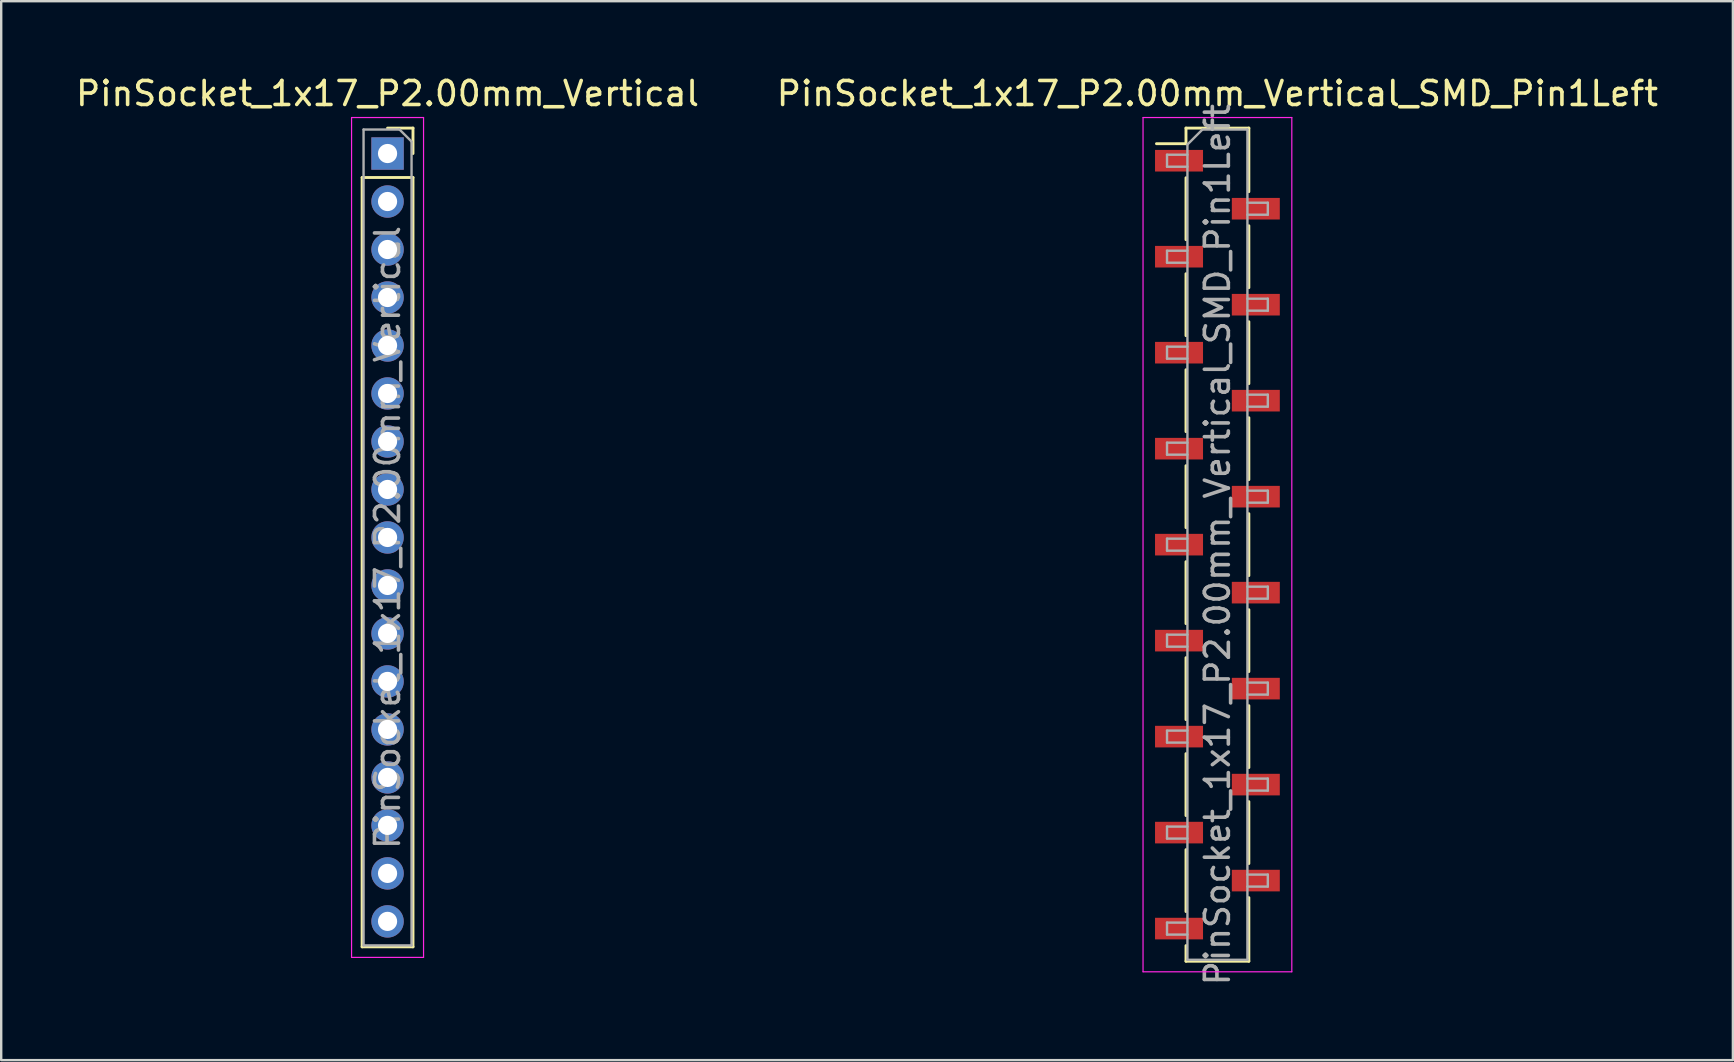
<source format=kicad_pcb>
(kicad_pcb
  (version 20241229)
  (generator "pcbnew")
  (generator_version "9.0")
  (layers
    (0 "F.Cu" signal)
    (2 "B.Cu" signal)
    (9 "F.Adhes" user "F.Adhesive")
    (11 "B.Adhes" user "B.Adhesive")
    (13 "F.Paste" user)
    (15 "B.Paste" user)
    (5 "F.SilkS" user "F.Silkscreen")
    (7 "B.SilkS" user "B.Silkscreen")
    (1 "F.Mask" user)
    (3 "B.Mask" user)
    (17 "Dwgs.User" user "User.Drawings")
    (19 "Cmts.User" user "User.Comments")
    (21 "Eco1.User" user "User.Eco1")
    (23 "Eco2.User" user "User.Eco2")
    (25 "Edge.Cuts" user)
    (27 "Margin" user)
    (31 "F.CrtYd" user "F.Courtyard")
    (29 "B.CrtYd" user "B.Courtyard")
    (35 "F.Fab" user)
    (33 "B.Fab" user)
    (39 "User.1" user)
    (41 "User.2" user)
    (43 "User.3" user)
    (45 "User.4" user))
  (footprint "PinSocket_1x17_P2.00mm_Vertical_SMD_Pin1Left"
    (layer "F.Cu")
    (at 47.685 19.648)
    (property "Reference" "PinSocket_1x17_P2.00mm_Vertical_SMD_Pin1Left" (at 0 -18.8 0) (layer "F.SilkS") (effects (font (size 1 1) (thickness 0.15))))
    (attr smd)
    (fp_line (start -2.54 -16.71) (end -1.31 -16.71) (stroke (width 0.12) (type solid)) (layer "F.SilkS"))
    (fp_line (start -1.31 -17.36) (end -1.31 -16.71) (stroke (width 0.12) (type solid)) (layer "F.SilkS"))
    (fp_line (start -1.31 -17.36) (end 1.31 -17.36) (stroke (width 0.12) (type solid)) (layer "F.SilkS"))
    (fp_line (start -1.31 -15.29) (end -1.31 -12.71) (stroke (width 0.12) (type solid)) (layer "F.SilkS"))
    (fp_line (start -1.31 -11.29) (end -1.31 -8.71) (stroke (width 0.12) (type solid)) (layer "F.SilkS"))
    (fp_line (start -1.31 -7.29) (end -1.31 -4.71) (stroke (width 0.12) (type solid)) (layer "F.SilkS"))
    (fp_line (start -1.31 -3.29) (end -1.31 -0.71) (stroke (width 0.12) (type solid)) (layer "F.SilkS"))
    (fp_line (start -1.31 0.71) (end -1.31 3.29) (stroke (width 0.12) (type solid)) (layer "F.SilkS"))
    (fp_line (start -1.31 4.71) (end -1.31 7.29) (stroke (width 0.12) (type solid)) (layer "F.SilkS"))
    (fp_line (start -1.31 8.71) (end -1.31 11.29) (stroke (width 0.12) (type solid)) (layer "F.SilkS"))
    (fp_line (start -1.31 12.71) (end -1.31 15.29) (stroke (width 0.12) (type solid)) (layer "F.SilkS"))
    (fp_line (start -1.31 16.71) (end -1.31 17.36) (stroke (width 0.12) (type solid)) (layer "F.SilkS"))
    (fp_line (start -1.31 17.36) (end 1.31 17.36) (stroke (width 0.12) (type solid)) (layer "F.SilkS"))
    (fp_line (start 1.31 -17.36) (end 1.31 -14.71) (stroke (width 0.12) (type solid)) (layer "F.SilkS"))
    (fp_line (start 1.31 -13.29) (end 1.31 -10.71) (stroke (width 0.12) (type solid)) (layer "F.SilkS"))
    (fp_line (start 1.31 -9.29) (end 1.31 -6.71) (stroke (width 0.12) (type solid)) (layer "F.SilkS"))
    (fp_line (start 1.31 -5.29) (end 1.31 -2.71) (stroke (width 0.12) (type solid)) (layer "F.SilkS"))
    (fp_line (start 1.31 -1.29) (end 1.31 1.29) (stroke (width 0.12) (type solid)) (layer "F.SilkS"))
    (fp_line (start 1.31 2.71) (end 1.31 5.29) (stroke (width 0.12) (type solid)) (layer "F.SilkS"))
    (fp_line (start 1.31 6.71) (end 1.31 9.29) (stroke (width 0.12) (type solid)) (layer "F.SilkS"))
    (fp_line (start 1.31 10.71) (end 1.31 13.29) (stroke (width 0.12) (type solid)) (layer "F.SilkS"))
    (fp_line (start 1.31 14.71) (end 1.31 17.36) (stroke (width 0.12) (type solid)) (layer "F.SilkS"))
    (fp_line (start -3.1 -17.8) (end 3.1 -17.8) (stroke (width 0.05) (type solid)) (layer "F.CrtYd"))
    (fp_line (start -3.1 17.8) (end -3.1 -17.8) (stroke (width 0.05) (type solid)) (layer "F.CrtYd"))
    (fp_line (start 3.1 -17.8) (end 3.1 17.8) (stroke (width 0.05) (type solid)) (layer "F.CrtYd"))
    (fp_line (start 3.1 17.8) (end -3.1 17.8) (stroke (width 0.05) (type solid)) (layer "F.CrtYd"))
    (fp_line (start -2.1 -16.25) (end -1.25 -16.25) (stroke (width 0.1) (type solid)) (layer "F.Fab"))
    (fp_line (start -2.1 -15.75) (end -2.1 -16.25) (stroke (width 0.1) (type solid)) (layer "F.Fab"))
    (fp_line (start -2.1 -12.25) (end -1.25 -12.25) (stroke (width 0.1) (type solid)) (layer "F.Fab"))
    (fp_line (start -2.1 -11.75) (end -2.1 -12.25) (stroke (width 0.1) (type solid)) (layer "F.Fab"))
    (fp_line (start -2.1 -8.25) (end -1.25 -8.25) (stroke (width 0.1) (type solid)) (layer "F.Fab"))
    (fp_line (start -2.1 -7.75) (end -2.1 -8.25) (stroke (width 0.1) (type solid)) (layer "F.Fab"))
    (fp_line (start -2.1 -4.25) (end -1.25 -4.25) (stroke (width 0.1) (type solid)) (layer "F.Fab"))
    (fp_line (start -2.1 -3.75) (end -2.1 -4.25) (stroke (width 0.1) (type solid)) (layer "F.Fab"))
    (fp_line (start -2.1 -0.25) (end -1.25 -0.25) (stroke (width 0.1) (type solid)) (layer "F.Fab"))
    (fp_line (start -2.1 0.25) (end -2.1 -0.25) (stroke (width 0.1) (type solid)) (layer "F.Fab"))
    (fp_line (start -2.1 3.75) (end -1.25 3.75) (stroke (width 0.1) (type solid)) (layer "F.Fab"))
    (fp_line (start -2.1 4.25) (end -2.1 3.75) (stroke (width 0.1) (type solid)) (layer "F.Fab"))
    (fp_line (start -2.1 7.75) (end -1.25 7.75) (stroke (width 0.1) (type solid)) (layer "F.Fab"))
    (fp_line (start -2.1 8.25) (end -2.1 7.75) (stroke (width 0.1) (type solid)) (layer "F.Fab"))
    (fp_line (start -2.1 11.75) (end -1.25 11.75) (stroke (width 0.1) (type solid)) (layer "F.Fab"))
    (fp_line (start -2.1 12.25) (end -2.1 11.75) (stroke (width 0.1) (type solid)) (layer "F.Fab"))
    (fp_line (start -2.1 15.75) (end -1.25 15.75) (stroke (width 0.1) (type solid)) (layer "F.Fab"))
    (fp_line (start -2.1 16.25) (end -2.1 15.75) (stroke (width 0.1) (type solid)) (layer "F.Fab"))
    (fp_line (start -1.25 -16.675) (end -0.625 -17.3) (stroke (width 0.1) (type solid)) (layer "F.Fab"))
    (fp_line (start -1.25 -15.75) (end -2.1 -15.75) (stroke (width 0.1) (type solid)) (layer "F.Fab"))
    (fp_line (start -1.25 -11.75) (end -2.1 -11.75) (stroke (width 0.1) (type solid)) (layer "F.Fab"))
    (fp_line (start -1.25 -7.75) (end -2.1 -7.75) (stroke (width 0.1) (type solid)) (layer "F.Fab"))
    (fp_line (start -1.25 -3.75) (end -2.1 -3.75) (stroke (width 0.1) (type solid)) (layer "F.Fab"))
    (fp_line (start -1.25 0.25) (end -2.1 0.25) (stroke (width 0.1) (type solid)) (layer "F.Fab"))
    (fp_line (start -1.25 4.25) (end -2.1 4.25) (stroke (width 0.1) (type solid)) (layer "F.Fab"))
    (fp_line (start -1.25 8.25) (end -2.1 8.25) (stroke (width 0.1) (type solid)) (layer "F.Fab"))
    (fp_line (start -1.25 12.25) (end -2.1 12.25) (stroke (width 0.1) (type solid)) (layer "F.Fab"))
    (fp_line (start -1.25 16.25) (end -2.1 16.25) (stroke (width 0.1) (type solid)) (layer "F.Fab"))
    (fp_line (start -1.25 17.3) (end -1.25 -16.675) (stroke (width 0.1) (type solid)) (layer "F.Fab"))
    (fp_line (start -0.625 -17.3) (end 1.25 -17.3) (stroke (width 0.1) (type solid)) (layer "F.Fab"))
    (fp_line (start 1.25 -17.3) (end 1.25 17.3) (stroke (width 0.1) (type solid)) (layer "F.Fab"))
    (fp_line (start 1.25 -14.25) (end 2.1 -14.25) (stroke (width 0.1) (type solid)) (layer "F.Fab"))
    (fp_line (start 1.25 -10.25) (end 2.1 -10.25) (stroke (width 0.1) (type solid)) (layer "F.Fab"))
    (fp_line (start 1.25 -6.25) (end 2.1 -6.25) (stroke (width 0.1) (type solid)) (layer "F.Fab"))
    (fp_line (start 1.25 -2.25) (end 2.1 -2.25) (stroke (width 0.1) (type solid)) (layer "F.Fab"))
    (fp_line (start 1.25 1.75) (end 2.1 1.75) (stroke (width 0.1) (type solid)) (layer "F.Fab"))
    (fp_line (start 1.25 5.75) (end 2.1 5.75) (stroke (width 0.1) (type solid)) (layer "F.Fab"))
    (fp_line (start 1.25 9.75) (end 2.1 9.75) (stroke (width 0.1) (type solid)) (layer "F.Fab"))
    (fp_line (start 1.25 13.75) (end 2.1 13.75) (stroke (width 0.1) (type solid)) (layer "F.Fab"))
    (fp_line (start 1.25 17.3) (end -1.25 17.3) (stroke (width 0.1) (type solid)) (layer "F.Fab"))
    (fp_line (start 2.1 -14.25) (end 2.1 -13.75) (stroke (width 0.1) (type solid)) (layer "F.Fab"))
    (fp_line (start 2.1 -13.75) (end 1.25 -13.75) (stroke (width 0.1) (type solid)) (layer "F.Fab"))
    (fp_line (start 2.1 -10.25) (end 2.1 -9.75) (stroke (width 0.1) (type solid)) (layer "F.Fab"))
    (fp_line (start 2.1 -9.75) (end 1.25 -9.75) (stroke (width 0.1) (type solid)) (layer "F.Fab"))
    (fp_line (start 2.1 -6.25) (end 2.1 -5.75) (stroke (width 0.1) (type solid)) (layer "F.Fab"))
    (fp_line (start 2.1 -5.75) (end 1.25 -5.75) (stroke (width 0.1) (type solid)) (layer "F.Fab"))
    (fp_line (start 2.1 -2.25) (end 2.1 -1.75) (stroke (width 0.1) (type solid)) (layer "F.Fab"))
    (fp_line (start 2.1 -1.75) (end 1.25 -1.75) (stroke (width 0.1) (type solid)) (layer "F.Fab"))
    (fp_line (start 2.1 1.75) (end 2.1 2.25) (stroke (width 0.1) (type solid)) (layer "F.Fab"))
    (fp_line (start 2.1 2.25) (end 1.25 2.25) (stroke (width 0.1) (type solid)) (layer "F.Fab"))
    (fp_line (start 2.1 5.75) (end 2.1 6.25) (stroke (width 0.1) (type solid)) (layer "F.Fab"))
    (fp_line (start 2.1 6.25) (end 1.25 6.25) (stroke (width 0.1) (type solid)) (layer "F.Fab"))
    (fp_line (start 2.1 9.75) (end 2.1 10.25) (stroke (width 0.1) (type solid)) (layer "F.Fab"))
    (fp_line (start 2.1 10.25) (end 1.25 10.25) (stroke (width 0.1) (type solid)) (layer "F.Fab"))
    (fp_line (start 2.1 13.75) (end 2.1 14.25) (stroke (width 0.1) (type solid)) (layer "F.Fab"))
    (fp_line (start 2.1 14.25) (end 1.25 14.25) (stroke (width 0.1) (type solid)) (layer "F.Fab"))
    (fp_text user "${REFERENCE}" (at 0 0 90) (layer "F.Fab") (effects (font (size 1 1) (thickness 0.15))))
    (pad "1" smd rect (at -1.6 -16) (size 2 0.9) (layers "F.Cu" "F.Mask" "F.Paste"))
    (pad "2" smd rect (at 1.6 -14) (size 2 0.9) (layers "F.Cu" "F.Mask" "F.Paste"))
    (pad "3" smd rect (at -1.6 -12) (size 2 0.9) (layers "F.Cu" "F.Mask" "F.Paste"))
    (pad "4" smd rect (at 1.6 -10) (size 2 0.9) (layers "F.Cu" "F.Mask" "F.Paste"))
    (pad "5" smd rect (at -1.6 -8) (size 2 0.9) (layers "F.Cu" "F.Mask" "F.Paste"))
    (pad "6" smd rect (at 1.6 -6) (size 2 0.9) (layers "F.Cu" "F.Mask" "F.Paste"))
    (pad "7" smd rect (at -1.6 -4) (size 2 0.9) (layers "F.Cu" "F.Mask" "F.Paste"))
    (pad "8" smd rect (at 1.6 -2) (size 2 0.9) (layers "F.Cu" "F.Mask" "F.Paste"))
    (pad "9" smd rect (at -1.6 0) (size 2 0.9) (layers "F.Cu" "F.Mask" "F.Paste"))
    (pad "10" smd rect (at 1.6 2) (size 2 0.9) (layers "F.Cu" "F.Mask" "F.Paste"))
    (pad "11" smd rect (at -1.6 4) (size 2 0.9) (layers "F.Cu" "F.Mask" "F.Paste"))
    (pad "12" smd rect (at 1.6 6) (size 2 0.9) (layers "F.Cu" "F.Mask" "F.Paste"))
    (pad "13" smd rect (at -1.6 8) (size 2 0.9) (layers "F.Cu" "F.Mask" "F.Paste"))
    (pad "14" smd rect (at 1.6 10) (size 2 0.9) (layers "F.Cu" "F.Mask" "F.Paste"))
    (pad "15" smd rect (at -1.6 12) (size 2 0.9) (layers "F.Cu" "F.Mask" "F.Paste"))
    (pad "16" smd rect (at 1.6 14) (size 2 0.9) (layers "F.Cu" "F.Mask" "F.Paste"))
    (pad "17" smd rect (at -1.6 16) (size 2 0.9) (layers "F.Cu" "F.Mask" "F.Paste")))
  (footprint "PinSocket_1x17_P2.00mm_Vertical"
    (layer "F.Cu")
    (at 13.101 3.348)
    (property "Reference" "PinSocket_1x17_P2.00mm_Vertical" (at 0 -2.5 0) (layer "F.SilkS") (effects (font (size 1 1) (thickness 0.15))))
    (attr through_hole)
    (fp_line (start -1.06 1) (end -1.06 33.06) (stroke (width 0.12) (type solid)) (layer "F.SilkS"))
    (fp_line (start -1.06 1) (end 1.06 1) (stroke (width 0.12) (type solid)) (layer "F.SilkS"))
    (fp_line (start -1.06 33.06) (end 1.06 33.06) (stroke (width 0.12) (type solid)) (layer "F.SilkS"))
    (fp_line (start 0 -1.06) (end 1.06 -1.06) (stroke (width 0.12) (type solid)) (layer "F.SilkS"))
    (fp_line (start 1.06 -1.06) (end 1.06 0) (stroke (width 0.12) (type solid)) (layer "F.SilkS"))
    (fp_line (start 1.06 1) (end 1.06 33.06) (stroke (width 0.12) (type solid)) (layer "F.SilkS"))
    (fp_line (start -1.5 -1.5) (end 1.5 -1.5) (stroke (width 0.05) (type solid)) (layer "F.CrtYd"))
    (fp_line (start -1.5 33.5) (end -1.5 -1.5) (stroke (width 0.05) (type solid)) (layer "F.CrtYd"))
    (fp_line (start 1.5 -1.5) (end 1.5 33.5) (stroke (width 0.05) (type solid)) (layer "F.CrtYd"))
    (fp_line (start 1.5 33.5) (end -1.5 33.5) (stroke (width 0.05) (type solid)) (layer "F.CrtYd"))
    (fp_line (start -1 -1) (end 0.5 -1) (stroke (width 0.1) (type solid)) (layer "F.Fab"))
    (fp_line (start -1 33) (end -1 -1) (stroke (width 0.1) (type solid)) (layer "F.Fab"))
    (fp_line (start 0.5 -1) (end 1 -0.5) (stroke (width 0.1) (type solid)) (layer "F.Fab"))
    (fp_line (start 1 -0.5) (end 1 33) (stroke (width 0.1) (type solid)) (layer "F.Fab"))
    (fp_line (start 1 33) (end -1 33) (stroke (width 0.1) (type solid)) (layer "F.Fab"))
    (fp_text user "${REFERENCE}" (at 0 16 90) (layer "F.Fab") (effects (font (size 1 1) (thickness 0.15))))
    (pad "1" thru_hole rect (at 0 0) (size 1.35 1.35) (drill 0.8) (layers "*.Cu" "*.Mask"))
    (pad "2" thru_hole oval (at 0 2) (size 1.35 1.35) (drill 0.8) (layers "*.Cu" "*.Mask"))
    (pad "3" thru_hole oval (at 0 4) (size 1.35 1.35) (drill 0.8) (layers "*.Cu" "*.Mask"))
    (pad "4" thru_hole oval (at 0 6) (size 1.35 1.35) (drill 0.8) (layers "*.Cu" "*.Mask"))
    (pad "5" thru_hole oval (at 0 8) (size 1.35 1.35) (drill 0.8) (layers "*.Cu" "*.Mask"))
    (pad "6" thru_hole oval (at 0 10) (size 1.35 1.35) (drill 0.8) (layers "*.Cu" "*.Mask"))
    (pad "7" thru_hole oval (at 0 12) (size 1.35 1.35) (drill 0.8) (layers "*.Cu" "*.Mask"))
    (pad "8" thru_hole oval (at 0 14) (size 1.35 1.35) (drill 0.8) (layers "*.Cu" "*.Mask"))
    (pad "9" thru_hole oval (at 0 16) (size 1.35 1.35) (drill 0.8) (layers "*.Cu" "*.Mask"))
    (pad "10" thru_hole oval (at 0 18) (size 1.35 1.35) (drill 0.8) (layers "*.Cu" "*.Mask"))
    (pad "11" thru_hole oval (at 0 20) (size 1.35 1.35) (drill 0.8) (layers "*.Cu" "*.Mask"))
    (pad "12" thru_hole oval (at 0 22) (size 1.35 1.35) (drill 0.8) (layers "*.Cu" "*.Mask"))
    (pad "13" thru_hole oval (at 0 24) (size 1.35 1.35) (drill 0.8) (layers "*.Cu" "*.Mask"))
    (pad "14" thru_hole oval (at 0 26) (size 1.35 1.35) (drill 0.8) (layers "*.Cu" "*.Mask"))
    (pad "15" thru_hole oval (at 0 28) (size 1.35 1.35) (drill 0.8) (layers "*.Cu" "*.Mask"))
    (pad "16" thru_hole oval (at 0 30) (size 1.35 1.35) (drill 0.8) (layers "*.Cu" "*.Mask"))
    (pad "17" thru_hole oval (at 0 32) (size 1.35 1.35) (drill 0.8) (layers "*.Cu" "*.Mask")))
  (gr_rect
    (start -3 -3)
    (end 69.167 41.13)
    (stroke (width 0.1) (type default))
    (fill no)
    (layer "Edge.Cuts")))
</source>
